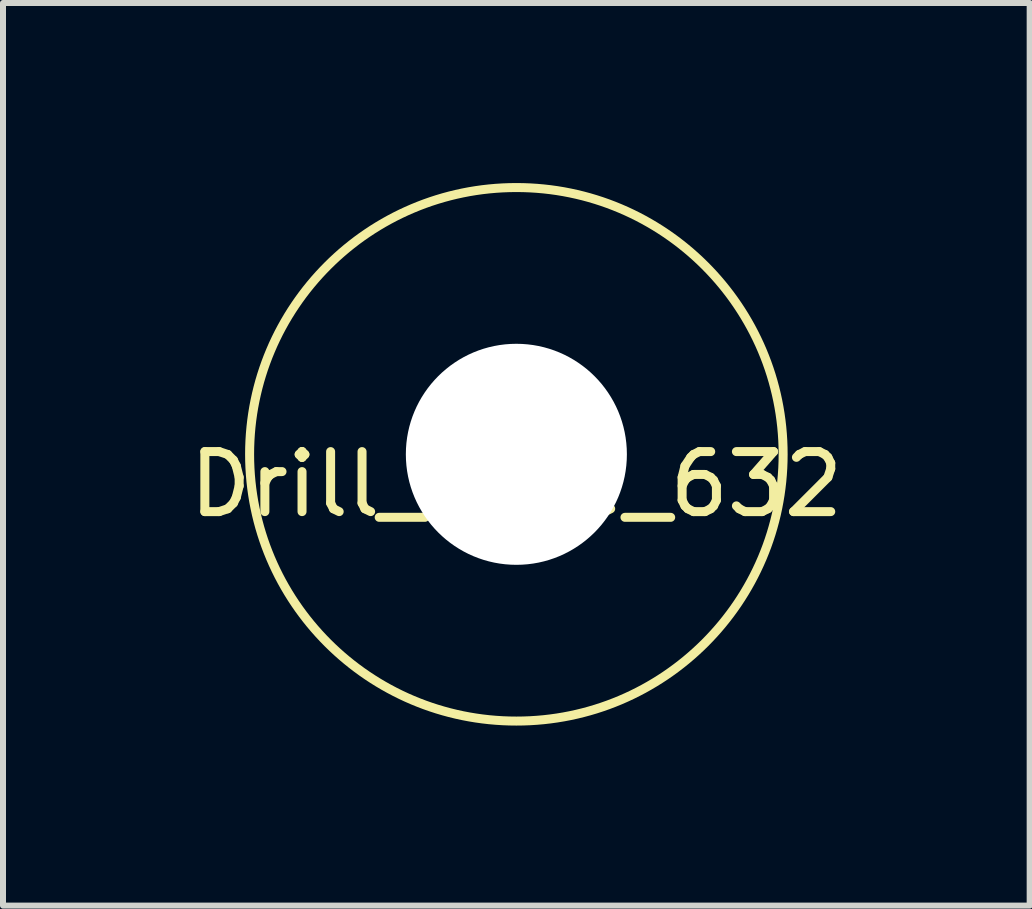
<source format=kicad_pcb>
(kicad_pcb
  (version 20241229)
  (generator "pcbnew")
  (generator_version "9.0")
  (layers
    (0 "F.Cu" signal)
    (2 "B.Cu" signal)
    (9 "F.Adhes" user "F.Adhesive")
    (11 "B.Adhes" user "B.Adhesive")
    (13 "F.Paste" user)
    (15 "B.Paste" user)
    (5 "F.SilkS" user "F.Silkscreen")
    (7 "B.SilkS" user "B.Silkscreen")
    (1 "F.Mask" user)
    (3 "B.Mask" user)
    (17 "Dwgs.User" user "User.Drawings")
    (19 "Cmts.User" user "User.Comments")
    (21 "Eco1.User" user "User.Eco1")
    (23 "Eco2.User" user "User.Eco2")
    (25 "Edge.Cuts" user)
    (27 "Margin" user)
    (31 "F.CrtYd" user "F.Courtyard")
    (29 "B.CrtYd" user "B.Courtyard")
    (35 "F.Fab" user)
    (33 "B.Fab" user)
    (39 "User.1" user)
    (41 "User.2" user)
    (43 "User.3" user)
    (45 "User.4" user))
  (footprint "Drill_Hole_632"
    (layer "F.Cu")
    (at 5.554 4.52)
    (property "Reference" "Drill_Hole_632" (at 0 0.5 0) (layer "F.SilkS") (effects (font (size 1 1) (thickness 0.15))))
    (attr through_hole)
    (fp_circle (center 0 0) (end 4.445 0) (stroke (width 0.15) (type solid)) (fill no) (layer "F.SilkS"))
    (pad "" np_thru_hole circle (at 0 0) (size 3.683 3.683) (drill 3.683) (layers "*.Cu" "*.Mask")))
  (gr_rect
    (start -3 -3)
    (end 14.107 12.04)
    (stroke (width 0.1) (type default))
    (fill no)
    (layer "Edge.Cuts")))
</source>
